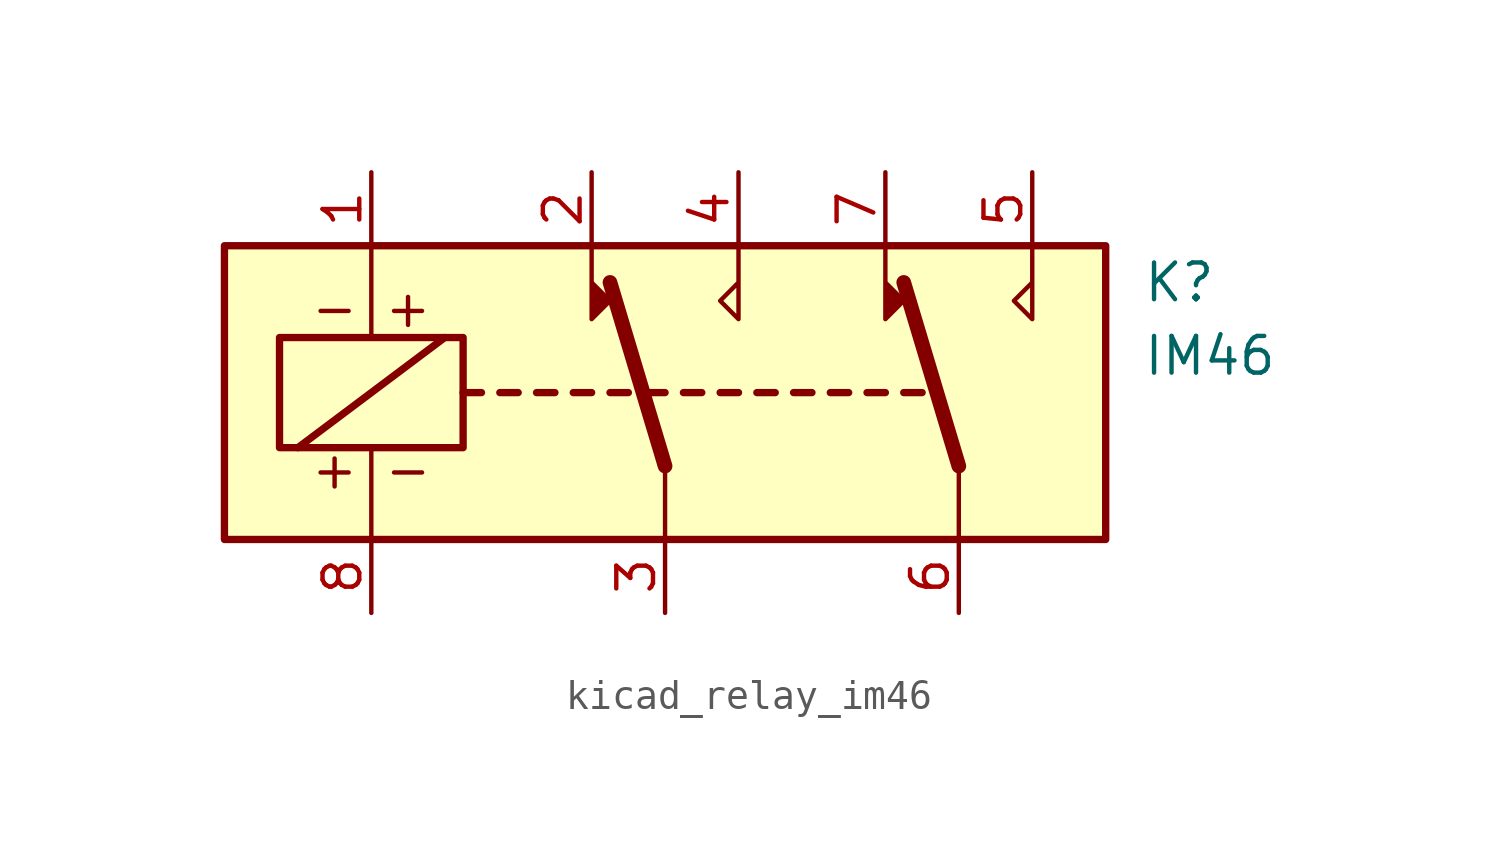
<source format=kicad_sym>
(kicad_symbol_lib
  (version 20220914)
  (generator kicad_symbol_editor)
  (symbol "kicad_relay_im46"
    (property "Reference" "K"
      (at 16.51 3.81 0)
      (effects (font (size 1.27 1.27)) (justify left)))
    (property "Value" "IM46"
      (at 16.51 1.27 0)
      (effects (font (size 1.27 1.27)) (justify left)))
    (symbol "kicad_relay_im46_0_0"
      (text "+ -" (at -10.16 -2.667 0) (effects (font (size 1.27 1.27))))
      (text "- +" (at -10.16 2.921 0) (effects (font (size 1.27 1.27)))))
    (symbol "kicad_relay_im46_0_1"
      (rectangle (start -15.24 5.08) (end 15.24 -5.08) (stroke (width 0.254) (type default)) (fill (type background)))
      (rectangle (start -13.335 1.905) (end -6.985 -1.905) (stroke (width 0.254) (type default)) (fill (type none)))
      (polyline (pts (xy -12.7 -1.905) (xy -7.62 1.905)) (stroke (width 0.254) (type default)) (fill (type none)))
      (polyline (pts (xy -10.16 -5.08) (xy -10.16 -1.905)) (stroke (width 0) (type default)) (fill (type none)))
      (polyline (pts (xy -10.16 5.08) (xy -10.16 1.905)) (stroke (width 0) (type default)) (fill (type none)))
      (polyline (pts (xy -6.985 0) (xy -6.35 0)) (stroke (width 0.254) (type default)) (fill (type none)))
      (polyline (pts (xy -5.715 0) (xy -5.08 0)) (stroke (width 0.254) (type default)) (fill (type none)))
      (polyline (pts (xy -4.445 0) (xy -3.81 0)) (stroke (width 0.254) (type default)) (fill (type none)))
      (polyline (pts (xy -3.175 0) (xy -2.54 0)) (stroke (width 0.254) (type default)) (fill (type none)))
      (polyline (pts (xy -1.905 0) (xy -1.27 0)) (stroke (width 0.254) (type default)) (fill (type none)))
      (polyline (pts (xy -0.635 0) (xy 0 0)) (stroke (width 0.254) (type default)) (fill (type none)))
      (polyline (pts (xy 0 -2.54) (xy -1.905 3.81)) (stroke (width 0.508) (type default)) (fill (type none)))
      (polyline (pts (xy 0 -2.54) (xy 0 -5.08)) (stroke (width 0) (type default)) (fill (type none)))
      (polyline (pts (xy 0.635 0) (xy 1.27 0)) (stroke (width 0.254) (type default)) (fill (type none)))
      (polyline (pts (xy 1.905 0) (xy 2.54 0)) (stroke (width 0.254) (type default)) (fill (type none)))
      (polyline (pts (xy 3.175 0) (xy 3.81 0)) (stroke (width 0.254) (type default)) (fill (type none)))
      (polyline (pts (xy 4.445 0) (xy 5.08 0)) (stroke (width 0.254) (type default)) (fill (type none)))
      (polyline (pts (xy 5.715 0) (xy 6.35 0)) (stroke (width 0.254) (type default)) (fill (type none)))
      (polyline (pts (xy 6.985 0) (xy 7.62 0)) (stroke (width 0.254) (type default)) (fill (type none)))
      (polyline (pts (xy 8.255 0) (xy 8.89 0)) (stroke (width 0.254) (type default)) (fill (type none)))
      (polyline (pts (xy 10.16 -2.54) (xy 8.255 3.81)) (stroke (width 0.508) (type default)) (fill (type none)))
      (polyline (pts (xy 10.16 -2.54) (xy 10.16 -5.08)) (stroke (width 0) (type default)) (fill (type none)))
      (polyline (pts (xy -2.54 5.08) (xy -2.54 2.54) (xy -1.905 3.175) (xy -2.54 3.81)) (stroke (width 0) (type default)) (fill (type outline)))
      (polyline (pts (xy 2.54 5.08) (xy 2.54 2.54) (xy 1.905 3.175) (xy 2.54 3.81)) (stroke (width 0) (type default)) (fill (type none)))
      (polyline (pts (xy 7.62 5.08) (xy 7.62 2.54) (xy 8.255 3.175) (xy 7.62 3.81)) (stroke (width 0) (type default)) (fill (type outline)))
      (polyline (pts (xy 12.7 5.08) (xy 12.7 2.54) (xy 12.065 3.175) (xy 12.7 3.81)) (stroke (width 0) (type default)) (fill (type none))))
    (symbol "kicad_relay_im46_1_1"
      (pin passive line (at -10.16 7.62 270) (length 2.54) (name "~" (effects (font (size 1.27 1.27)))) (number "1" (effects (font (size 1.27 1.27)))))
      (pin passive line (at -2.54 7.62 270) (length 2.54) (name "~" (effects (font (size 1.27 1.27)))) (number "2" (effects (font (size 1.27 1.27)))))
      (pin passive line (at 0 -7.62 90) (length 2.54) (name "~" (effects (font (size 1.27 1.27)))) (number "3" (effects (font (size 1.27 1.27)))))
      (pin passive line (at 2.54 7.62 270) (length 2.54) (name "~" (effects (font (size 1.27 1.27)))) (number "4" (effects (font (size 1.27 1.27)))))
      (pin passive line (at 12.7 7.62 270) (length 2.54) (name "~" (effects (font (size 1.27 1.27)))) (number "5" (effects (font (size 1.27 1.27)))))
      (pin passive line (at 10.16 -7.62 90) (length 2.54) (name "~" (effects (font (size 1.27 1.27)))) (number "6" (effects (font (size 1.27 1.27)))))
      (pin passive line (at 7.62 7.62 270) (length 2.54) (name "~" (effects (font (size 1.27 1.27)))) (number "7" (effects (font (size 1.27 1.27)))))
      (pin passive line (at -10.16 -7.62 90) (length 2.54) (name "~" (effects (font (size 1.27 1.27)))) (number "8" (effects (font (size 1.27 1.27))))))))
</source>
